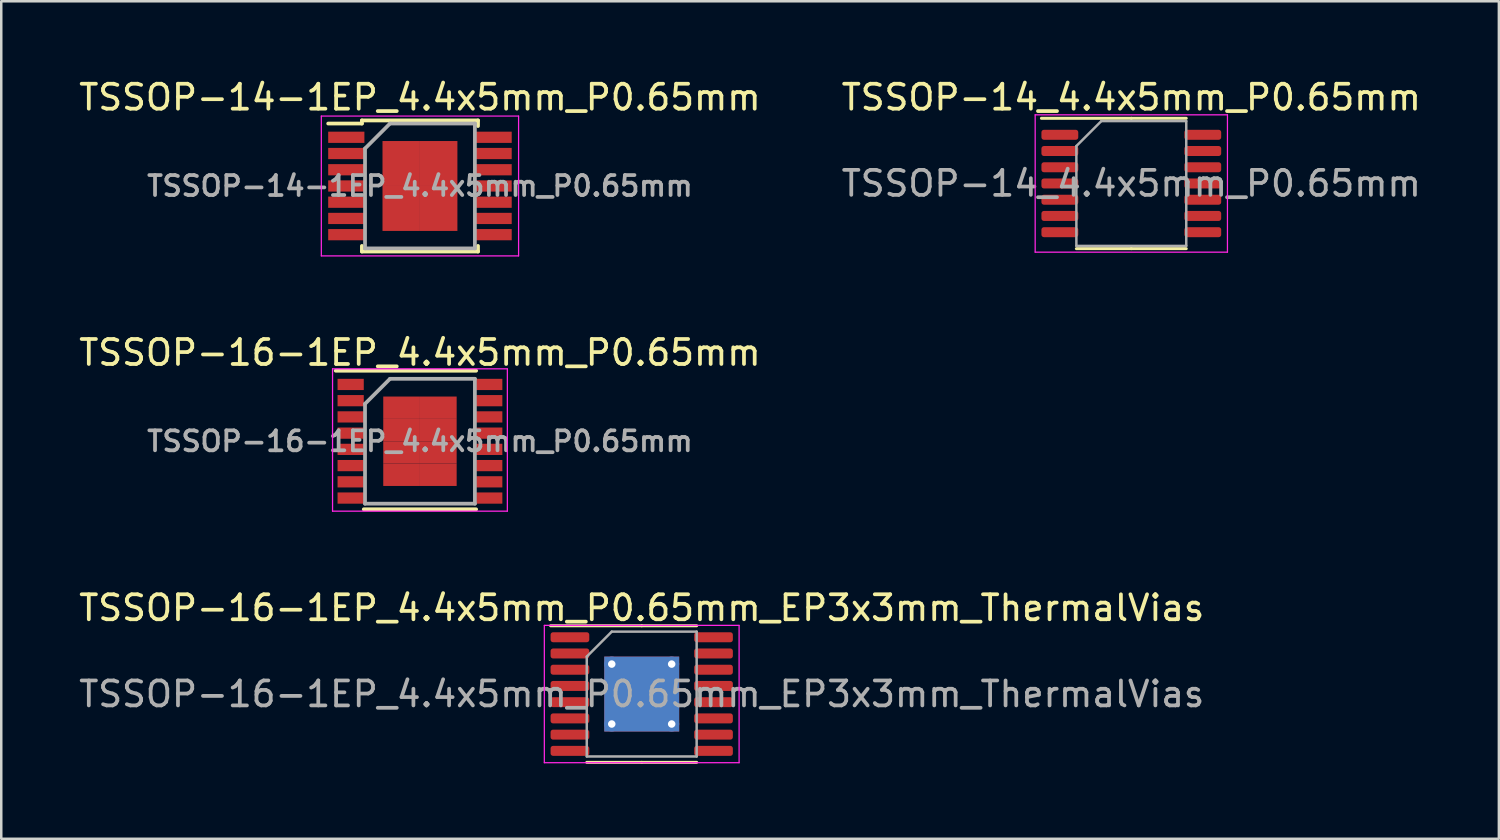
<source format=kicad_pcb>
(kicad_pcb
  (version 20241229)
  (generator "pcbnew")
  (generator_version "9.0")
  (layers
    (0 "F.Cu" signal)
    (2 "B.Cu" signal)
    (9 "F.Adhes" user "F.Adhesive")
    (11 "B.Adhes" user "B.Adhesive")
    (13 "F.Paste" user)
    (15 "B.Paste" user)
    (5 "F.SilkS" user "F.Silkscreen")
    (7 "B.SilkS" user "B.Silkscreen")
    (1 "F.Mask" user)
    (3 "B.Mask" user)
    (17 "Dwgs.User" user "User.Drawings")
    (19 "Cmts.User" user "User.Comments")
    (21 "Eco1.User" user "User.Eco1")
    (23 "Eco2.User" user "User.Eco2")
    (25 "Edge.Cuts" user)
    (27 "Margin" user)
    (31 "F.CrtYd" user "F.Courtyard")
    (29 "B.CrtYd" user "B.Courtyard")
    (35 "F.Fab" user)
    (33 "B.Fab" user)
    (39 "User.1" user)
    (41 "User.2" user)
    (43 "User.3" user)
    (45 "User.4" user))
  (footprint "TSSOP-16-1EP_4.4x5mm_P0.65mm_EP3x3mm_ThermalVias"
    (layer "F.Cu")
    (at 22.649 24.745)
    (property "Reference" "TSSOP-16-1EP_4.4x5mm_P0.65mm_EP3x3mm_ThermalVias" (at 0 -3.45 0) (layer "F.SilkS") (effects (font (size 1 1) (thickness 0.15))))
    (attr smd)
    (fp_line (start 0 -2.735) (end -3.65 -2.735) (stroke (width 0.12) (type solid)) (layer "F.SilkS"))
    (fp_line (start 0 -2.735) (end 2.2 -2.735) (stroke (width 0.12) (type solid)) (layer "F.SilkS"))
    (fp_line (start 0 2.735) (end -2.2 2.735) (stroke (width 0.12) (type solid)) (layer "F.SilkS"))
    (fp_line (start 0 2.735) (end 2.2 2.735) (stroke (width 0.12) (type solid)) (layer "F.SilkS"))
    (fp_line (start -3.9 -2.75) (end -3.9 2.75) (stroke (width 0.05) (type solid)) (layer "F.CrtYd"))
    (fp_line (start -3.9 2.75) (end 3.9 2.75) (stroke (width 0.05) (type solid)) (layer "F.CrtYd"))
    (fp_line (start 3.9 -2.75) (end -3.9 -2.75) (stroke (width 0.05) (type solid)) (layer "F.CrtYd"))
    (fp_line (start 3.9 2.75) (end 3.9 -2.75) (stroke (width 0.05) (type solid)) (layer "F.CrtYd"))
    (fp_line (start -2.2 -1.5) (end -1.2 -2.5) (stroke (width 0.1) (type solid)) (layer "F.Fab"))
    (fp_line (start -2.2 2.5) (end -2.2 -1.5) (stroke (width 0.1) (type solid)) (layer "F.Fab"))
    (fp_line (start -1.2 -2.5) (end 2.2 -2.5) (stroke (width 0.1) (type solid)) (layer "F.Fab"))
    (fp_line (start 2.2 -2.5) (end 2.2 2.5) (stroke (width 0.1) (type solid)) (layer "F.Fab"))
    (fp_line (start 2.2 2.5) (end -2.2 2.5) (stroke (width 0.1) (type solid)) (layer "F.Fab"))
    (fp_text user "${REFERENCE}" (at 0 0 0) (layer "F.Fab") (effects (font (size 1 1) (thickness 0.15))))
    (pad "" smd roundrect (at -0.75 -0.75) (size 1.21 1.21) (layers "F.Paste") (roundrect_rratio 0.207))
    (pad "" smd roundrect (at -0.75 0.75) (size 1.21 1.21) (layers "F.Paste") (roundrect_rratio 0.207))
    (pad "" smd roundrect (at 0.75 -0.75) (size 1.21 1.21) (layers "F.Paste") (roundrect_rratio 0.207))
    (pad "" smd roundrect (at 0.75 0.75) (size 1.21 1.21) (layers "F.Paste") (roundrect_rratio 0.207))
    (pad "1" smd roundrect (at -2.875 -2.275) (size 1.55 0.4) (layers "F.Cu" "F.Mask" "F.Paste") (roundrect_rratio 0.25))
    (pad "2" smd roundrect (at -2.875 -1.625) (size 1.55 0.4) (layers "F.Cu" "F.Mask" "F.Paste") (roundrect_rratio 0.25))
    (pad "3" smd roundrect (at -2.875 -0.975) (size 1.55 0.4) (layers "F.Cu" "F.Mask" "F.Paste") (roundrect_rratio 0.25))
    (pad "4" smd roundrect (at -2.875 -0.325) (size 1.55 0.4) (layers "F.Cu" "F.Mask" "F.Paste") (roundrect_rratio 0.25))
    (pad "5" smd roundrect (at -2.875 0.325) (size 1.55 0.4) (layers "F.Cu" "F.Mask" "F.Paste") (roundrect_rratio 0.25))
    (pad "6" smd roundrect (at -2.875 0.975) (size 1.55 0.4) (layers "F.Cu" "F.Mask" "F.Paste") (roundrect_rratio 0.25))
    (pad "7" smd roundrect (at -2.875 1.625) (size 1.55 0.4) (layers "F.Cu" "F.Mask" "F.Paste") (roundrect_rratio 0.25))
    (pad "8" smd roundrect (at -2.875 2.275) (size 1.55 0.4) (layers "F.Cu" "F.Mask" "F.Paste") (roundrect_rratio 0.25))
    (pad "9" smd roundrect (at 2.875 2.275) (size 1.55 0.4) (layers "F.Cu" "F.Mask" "F.Paste") (roundrect_rratio 0.25))
    (pad "10" smd roundrect (at 2.875 1.625) (size 1.55 0.4) (layers "F.Cu" "F.Mask" "F.Paste") (roundrect_rratio 0.25))
    (pad "11" smd roundrect (at 2.875 0.975) (size 1.55 0.4) (layers "F.Cu" "F.Mask" "F.Paste") (roundrect_rratio 0.25))
    (pad "12" smd roundrect (at 2.875 0.325) (size 1.55 0.4) (layers "F.Cu" "F.Mask" "F.Paste") (roundrect_rratio 0.25))
    (pad "13" smd roundrect (at 2.875 -0.325) (size 1.55 0.4) (layers "F.Cu" "F.Mask" "F.Paste") (roundrect_rratio 0.25))
    (pad "14" smd roundrect (at 2.875 -0.975) (size 1.55 0.4) (layers "F.Cu" "F.Mask" "F.Paste") (roundrect_rratio 0.25))
    (pad "15" smd roundrect (at 2.875 -1.625) (size 1.55 0.4) (layers "F.Cu" "F.Mask" "F.Paste") (roundrect_rratio 0.25))
    (pad "16" smd roundrect (at 2.875 -2.275) (size 1.55 0.4) (layers "F.Cu" "F.Mask" "F.Paste") (roundrect_rratio 0.25))
    (pad "17" thru_hole circle (at -1.2 -1.2) (size 0.6 0.6) (drill 0.3) (layers "*.Cu"))
    (pad "17" thru_hole circle (at -1.2 1.2) (size 0.6 0.6) (drill 0.3) (layers "*.Cu"))
    (pad "17" smd rect (at 0 0) (size 3 3) (layers "F.Cu" "F.Mask"))
    (pad "17" smd rect (at 0 0) (size 3 3) (layers "B.Cu"))
    (pad "17" thru_hole circle (at 1.2 -1.2) (size 0.6 0.6) (drill 0.3) (layers "*.Cu"))
    (pad "17" thru_hole circle (at 1.2 1.2) (size 0.6 0.6) (drill 0.3) (layers "*.Cu")))
  (footprint "TSSOP-16-1EP_4.4x5mm_P0.65mm"
    (layer "F.Cu")
    (at 13.768 14.621)
    (property "Reference" "TSSOP-16-1EP_4.4x5mm_P0.65mm" (at 0 -3.55 0) (layer "F.SilkS") (effects (font (size 1 1) (thickness 0.15))))
    (attr smd)
    (fp_line (start -3.375 -2.825) (end 2.25 -2.825) (stroke (width 0.15) (type solid)) (layer "F.SilkS"))
    (fp_line (start -2.25 2.725) (end 2.25 2.725) (stroke (width 0.15) (type solid)) (layer "F.SilkS"))
    (fp_line (start -3.5 -2.9) (end -3.5 2.8) (stroke (width 0.05) (type solid)) (layer "F.CrtYd"))
    (fp_line (start -3.5 -2.9) (end 3.5 -2.9) (stroke (width 0.05) (type solid)) (layer "F.CrtYd"))
    (fp_line (start -3.5 2.8) (end 3.5 2.8) (stroke (width 0.05) (type solid)) (layer "F.CrtYd"))
    (fp_line (start 3.5 -2.9) (end 3.5 2.8) (stroke (width 0.05) (type solid)) (layer "F.CrtYd"))
    (fp_line (start -2.2 -1.5) (end -1.2 -2.5) (stroke (width 0.15) (type solid)) (layer "F.Fab"))
    (fp_line (start -2.2 2.5) (end -2.2 -1.5) (stroke (width 0.15) (type solid)) (layer "F.Fab"))
    (fp_line (start -1.2 -2.5) (end 2.2 -2.5) (stroke (width 0.15) (type solid)) (layer "F.Fab"))
    (fp_line (start 2.2 -2.5) (end 2.2 2.5) (stroke (width 0.15) (type solid)) (layer "F.Fab"))
    (fp_line (start 2.2 2.5) (end -2.2 2.5) (stroke (width 0.15) (type solid)) (layer "F.Fab"))
    (fp_text user "${REFERENCE}" (at 0 0 0) (layer "F.Fab") (effects (font (size 0.8 0.8) (thickness 0.15))))
    (pad "1" smd rect (at -2.775 -2.275) (size 1.05 0.45) (layers "F.Cu" "F.Mask" "F.Paste"))
    (pad "2" smd rect (at -2.775 -1.625) (size 1.05 0.45) (layers "F.Cu" "F.Mask" "F.Paste"))
    (pad "3" smd rect (at -2.775 -0.975) (size 1.05 0.45) (layers "F.Cu" "F.Mask" "F.Paste"))
    (pad "4" smd rect (at -2.775 -0.325) (size 1.05 0.45) (layers "F.Cu" "F.Mask" "F.Paste"))
    (pad "5" smd rect (at -2.775 0.325) (size 1.05 0.45) (layers "F.Cu" "F.Mask" "F.Paste"))
    (pad "6" smd rect (at -2.775 0.975) (size 1.05 0.45) (layers "F.Cu" "F.Mask" "F.Paste"))
    (pad "7" smd rect (at -2.775 1.625) (size 1.05 0.45) (layers "F.Cu" "F.Mask" "F.Paste"))
    (pad "8" smd rect (at -2.775 2.275) (size 1.05 0.45) (layers "F.Cu" "F.Mask" "F.Paste"))
    (pad "9" smd rect (at 2.775 2.275) (size 1.05 0.45) (layers "F.Cu" "F.Mask" "F.Paste"))
    (pad "10" smd rect (at 2.775 1.625) (size 1.05 0.45) (layers "F.Cu" "F.Mask" "F.Paste"))
    (pad "11" smd rect (at 2.775 0.975) (size 1.05 0.45) (layers "F.Cu" "F.Mask" "F.Paste"))
    (pad "12" smd rect (at 2.775 0.325) (size 1.05 0.45) (layers "F.Cu" "F.Mask" "F.Paste"))
    (pad "13" smd rect (at 2.775 -0.325) (size 1.05 0.45) (layers "F.Cu" "F.Mask" "F.Paste"))
    (pad "14" smd rect (at 2.775 -0.975) (size 1.05 0.45) (layers "F.Cu" "F.Mask" "F.Paste"))
    (pad "15" smd rect (at 2.775 -1.625) (size 1.05 0.45) (layers "F.Cu" "F.Mask" "F.Paste"))
    (pad "16" smd rect (at 2.775 -2.275) (size 1.05 0.45) (layers "F.Cu" "F.Mask" "F.Paste"))
    (pad "17" smd rect (at -0.735 -1.343) (size 1.47 0.895) (layers "F.Cu" "F.Mask" "F.Paste"))
    (pad "17" smd rect (at -0.735 -0.448) (size 1.47 0.895) (layers "F.Cu" "F.Mask" "F.Paste"))
    (pad "17" smd rect (at -0.735 0.448) (size 1.47 0.895) (layers "F.Cu" "F.Mask" "F.Paste"))
    (pad "17" smd rect (at -0.735 1.343) (size 1.47 0.895) (layers "F.Cu" "F.Mask" "F.Paste"))
    (pad "17" smd rect (at 0.735 -1.343) (size 1.47 0.895) (layers "F.Cu" "F.Mask" "F.Paste"))
    (pad "17" smd rect (at 0.735 -0.448) (size 1.47 0.895) (layers "F.Cu" "F.Mask" "F.Paste"))
    (pad "17" smd rect (at 0.735 0.448) (size 1.47 0.895) (layers "F.Cu" "F.Mask" "F.Paste"))
    (pad "17" smd rect (at 0.735 1.343) (size 1.47 0.895) (layers "F.Cu" "F.Mask" "F.Paste")))
  (footprint "TSSOP-14_4.4x5mm_P0.65mm"
    (layer "F.Cu")
    (at 42.256 4.298)
    (property "Reference" "TSSOP-14_4.4x5mm_P0.65mm" (at 0 -3.45 0) (layer "F.SilkS") (effects (font (size 1 1) (thickness 0.15))))
    (attr smd)
    (fp_line (start 0 -2.61) (end -3.6 -2.61) (stroke (width 0.12) (type solid)) (layer "F.SilkS"))
    (fp_line (start 0 -2.61) (end 2.2 -2.61) (stroke (width 0.12) (type solid)) (layer "F.SilkS"))
    (fp_line (start 0 2.61) (end -2.2 2.61) (stroke (width 0.12) (type solid)) (layer "F.SilkS"))
    (fp_line (start 0 2.61) (end 2.2 2.61) (stroke (width 0.12) (type solid)) (layer "F.SilkS"))
    (fp_line (start -3.85 -2.75) (end -3.85 2.75) (stroke (width 0.05) (type solid)) (layer "F.CrtYd"))
    (fp_line (start -3.85 2.75) (end 3.85 2.75) (stroke (width 0.05) (type solid)) (layer "F.CrtYd"))
    (fp_line (start 3.85 -2.75) (end -3.85 -2.75) (stroke (width 0.05) (type solid)) (layer "F.CrtYd"))
    (fp_line (start 3.85 2.75) (end 3.85 -2.75) (stroke (width 0.05) (type solid)) (layer "F.CrtYd"))
    (fp_line (start -2.2 -1.5) (end -1.2 -2.5) (stroke (width 0.1) (type solid)) (layer "F.Fab"))
    (fp_line (start -2.2 2.5) (end -2.2 -1.5) (stroke (width 0.1) (type solid)) (layer "F.Fab"))
    (fp_line (start -1.2 -2.5) (end 2.2 -2.5) (stroke (width 0.1) (type solid)) (layer "F.Fab"))
    (fp_line (start 2.2 -2.5) (end 2.2 2.5) (stroke (width 0.1) (type solid)) (layer "F.Fab"))
    (fp_line (start 2.2 2.5) (end -2.2 2.5) (stroke (width 0.1) (type solid)) (layer "F.Fab"))
    (fp_text user "${REFERENCE}" (at 0 0 0) (layer "F.Fab") (effects (font (size 1 1) (thickness 0.15))))
    (pad "1" smd roundrect (at -2.862 -1.95) (size 1.475 0.4) (layers "F.Cu" "F.Mask" "F.Paste") (roundrect_rratio 0.25))
    (pad "2" smd roundrect (at -2.862 -1.3) (size 1.475 0.4) (layers "F.Cu" "F.Mask" "F.Paste") (roundrect_rratio 0.25))
    (pad "3" smd roundrect (at -2.862 -0.65) (size 1.475 0.4) (layers "F.Cu" "F.Mask" "F.Paste") (roundrect_rratio 0.25))
    (pad "4" smd roundrect (at -2.862 0) (size 1.475 0.4) (layers "F.Cu" "F.Mask" "F.Paste") (roundrect_rratio 0.25))
    (pad "5" smd roundrect (at -2.862 0.65) (size 1.475 0.4) (layers "F.Cu" "F.Mask" "F.Paste") (roundrect_rratio 0.25))
    (pad "6" smd roundrect (at -2.862 1.3) (size 1.475 0.4) (layers "F.Cu" "F.Mask" "F.Paste") (roundrect_rratio 0.25))
    (pad "7" smd roundrect (at -2.862 1.95) (size 1.475 0.4) (layers "F.Cu" "F.Mask" "F.Paste") (roundrect_rratio 0.25))
    (pad "8" smd roundrect (at 2.862 1.95) (size 1.475 0.4) (layers "F.Cu" "F.Mask" "F.Paste") (roundrect_rratio 0.25))
    (pad "9" smd roundrect (at 2.862 1.3) (size 1.475 0.4) (layers "F.Cu" "F.Mask" "F.Paste") (roundrect_rratio 0.25))
    (pad "10" smd roundrect (at 2.862 0.65) (size 1.475 0.4) (layers "F.Cu" "F.Mask" "F.Paste") (roundrect_rratio 0.25))
    (pad "11" smd roundrect (at 2.862 0) (size 1.475 0.4) (layers "F.Cu" "F.Mask" "F.Paste") (roundrect_rratio 0.25))
    (pad "12" smd roundrect (at 2.862 -0.65) (size 1.475 0.4) (layers "F.Cu" "F.Mask" "F.Paste") (roundrect_rratio 0.25))
    (pad "13" smd roundrect (at 2.862 -1.3) (size 1.475 0.4) (layers "F.Cu" "F.Mask" "F.Paste") (roundrect_rratio 0.25))
    (pad "14" smd roundrect (at 2.862 -1.95) (size 1.475 0.4) (layers "F.Cu" "F.Mask" "F.Paste") (roundrect_rratio 0.25)))
  (footprint "TSSOP-14-1EP_4.4x5mm_P0.65mm"
    (layer "F.Cu")
    (at 13.768 4.398)
    (property "Reference" "TSSOP-14-1EP_4.4x5mm_P0.65mm" (at 0 -3.55 0) (layer "F.SilkS") (effects (font (size 1 1) (thickness 0.15))))
    (attr smd)
    (fp_line (start -2.325 -2.625) (end -2.325 -2.5) (stroke (width 0.15) (type solid)) (layer "F.SilkS"))
    (fp_line (start -2.325 -2.625) (end 2.325 -2.625) (stroke (width 0.15) (type solid)) (layer "F.SilkS"))
    (fp_line (start -2.325 -2.5) (end -3.675 -2.5) (stroke (width 0.15) (type solid)) (layer "F.SilkS"))
    (fp_line (start -2.325 2.625) (end -2.325 2.4) (stroke (width 0.15) (type solid)) (layer "F.SilkS"))
    (fp_line (start -2.325 2.625) (end 2.325 2.625) (stroke (width 0.15) (type solid)) (layer "F.SilkS"))
    (fp_line (start 2.325 -2.625) (end 2.325 -2.4) (stroke (width 0.15) (type solid)) (layer "F.SilkS"))
    (fp_line (start 2.325 2.625) (end 2.325 2.4) (stroke (width 0.15) (type solid)) (layer "F.SilkS"))
    (fp_line (start -3.95 -2.8) (end -3.95 2.8) (stroke (width 0.05) (type solid)) (layer "F.CrtYd"))
    (fp_line (start -3.95 -2.8) (end 3.95 -2.8) (stroke (width 0.05) (type solid)) (layer "F.CrtYd"))
    (fp_line (start -3.95 2.8) (end 3.95 2.8) (stroke (width 0.05) (type solid)) (layer "F.CrtYd"))
    (fp_line (start 3.95 -2.8) (end 3.95 2.8) (stroke (width 0.05) (type solid)) (layer "F.CrtYd"))
    (fp_line (start -2.2 -1.5) (end -1.2 -2.5) (stroke (width 0.15) (type solid)) (layer "F.Fab"))
    (fp_line (start -2.2 2.5) (end -2.2 -1.5) (stroke (width 0.15) (type solid)) (layer "F.Fab"))
    (fp_line (start -1.2 -2.5) (end 2.2 -2.5) (stroke (width 0.15) (type solid)) (layer "F.Fab"))
    (fp_line (start 2.2 -2.5) (end 2.2 2.5) (stroke (width 0.15) (type solid)) (layer "F.Fab"))
    (fp_line (start 2.2 2.5) (end -2.2 2.5) (stroke (width 0.15) (type solid)) (layer "F.Fab"))
    (fp_text user "${REFERENCE}" (at 0 0 0) (layer "F.Fab") (effects (font (size 0.8 0.8) (thickness 0.15))))
    (pad "1" smd rect (at -2.95 -1.95) (size 1.45 0.45) (layers "F.Cu" "F.Mask" "F.Paste"))
    (pad "2" smd rect (at -2.95 -1.3) (size 1.45 0.45) (layers "F.Cu" "F.Mask" "F.Paste"))
    (pad "3" smd rect (at -2.95 -0.65) (size 1.45 0.45) (layers "F.Cu" "F.Mask" "F.Paste"))
    (pad "4" smd rect (at -2.95 0) (size 1.45 0.45) (layers "F.Cu" "F.Mask" "F.Paste"))
    (pad "5" smd rect (at -2.95 0.65) (size 1.45 0.45) (layers "F.Cu" "F.Mask" "F.Paste"))
    (pad "6" smd rect (at -2.95 1.3) (size 1.45 0.45) (layers "F.Cu" "F.Mask" "F.Paste"))
    (pad "7" smd rect (at -2.95 1.95) (size 1.45 0.45) (layers "F.Cu" "F.Mask" "F.Paste"))
    (pad "8" smd rect (at 2.95 1.95) (size 1.45 0.45) (layers "F.Cu" "F.Mask" "F.Paste"))
    (pad "9" smd rect (at 2.95 1.3) (size 1.45 0.45) (layers "F.Cu" "F.Mask" "F.Paste"))
    (pad "10" smd rect (at 2.95 0.65) (size 1.45 0.45) (layers "F.Cu" "F.Mask" "F.Paste"))
    (pad "11" smd rect (at 2.95 0) (size 1.45 0.45) (layers "F.Cu" "F.Mask" "F.Paste"))
    (pad "12" smd rect (at 2.95 -0.65) (size 1.45 0.45) (layers "F.Cu" "F.Mask" "F.Paste"))
    (pad "13" smd rect (at 2.95 -1.3) (size 1.45 0.45) (layers "F.Cu" "F.Mask" "F.Paste"))
    (pad "14" smd rect (at 2.95 -1.95) (size 1.45 0.45) (layers "F.Cu" "F.Mask" "F.Paste"))
    (pad "15" smd rect (at -0.75 -0.9) (size 1.5 1.8) (layers "F.Cu" "F.Mask" "F.Paste"))
    (pad "15" smd rect (at -0.75 0.9) (size 1.5 1.8) (layers "F.Cu" "F.Mask" "F.Paste"))
    (pad "15" smd rect (at 0.75 -0.9) (size 1.5 1.8) (layers "F.Cu" "F.Mask" "F.Paste"))
    (pad "15" smd rect (at 0.75 0.9) (size 1.5 1.8) (layers "F.Cu" "F.Mask" "F.Paste")))
  (gr_rect
    (start -3 -3)
    (end 56.976 30.54)
    (stroke (width 0.1) (type default))
    (fill no)
    (layer "Edge.Cuts")))
</source>
